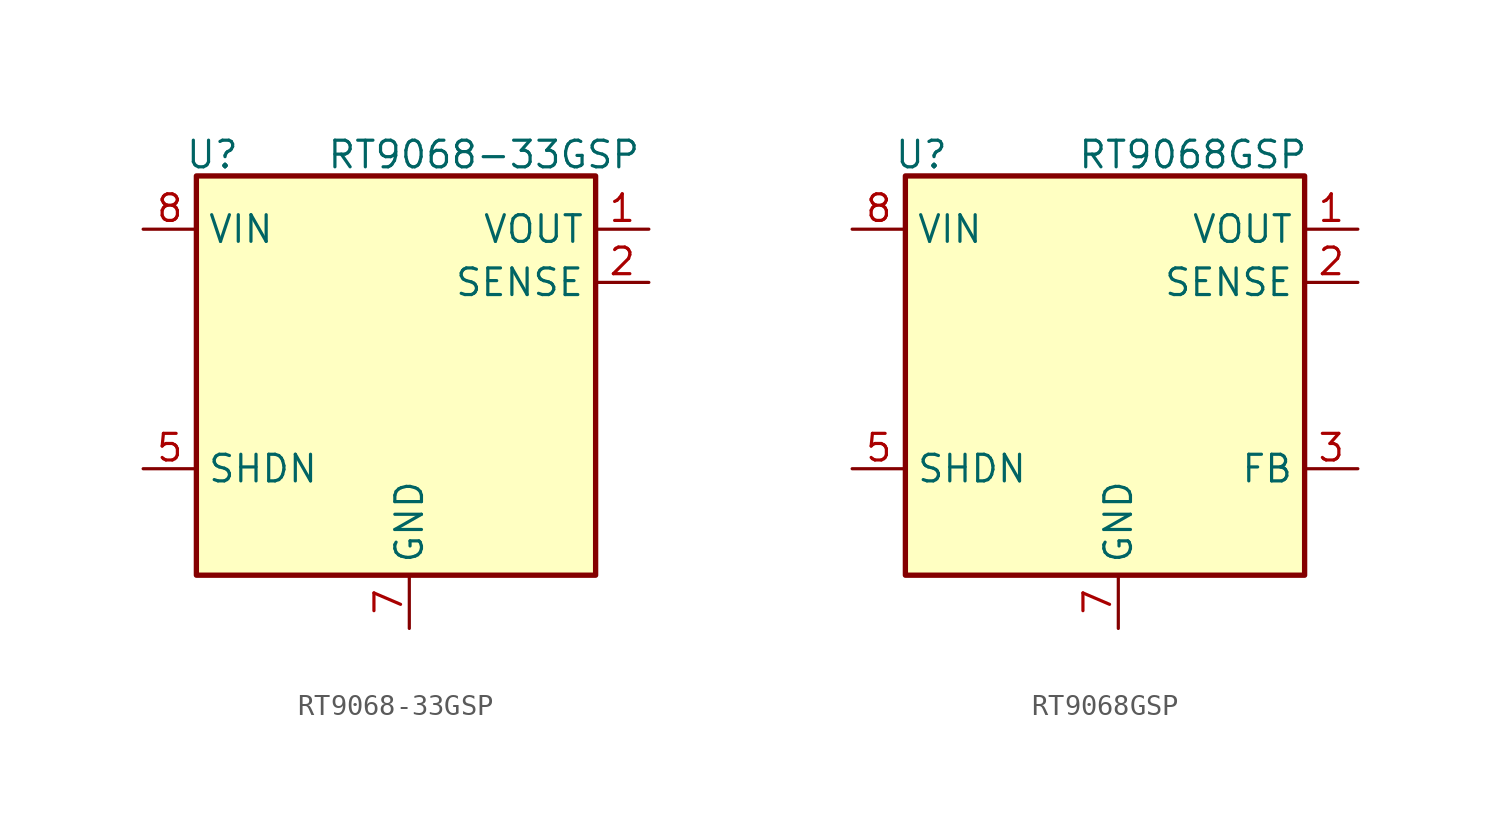
<source format=kicad_sym>
(kicad_symbol_lib
  (version 20231120)
  (generator "kicad_symbol_editor")
  (generator_version "8.0")
  (symbol "RT9068-33GSP"
    (property "Reference" "U"
      (at -9.398 9.906 0)
      (effects (font (size 1.27 1.27))))
    (property "Value" "RT9068-33GSP"
      (at 3.556 9.906 0)
      (effects (font (size 1.27 1.27))))
    (symbol "RT9068-33GSP_1_1"
      (rectangle (start -10.16 8.89) (end 8.89 -10.16) (stroke (width 0.254) (type default)) (fill (type background)))
      (pin power_out line (at 11.43 6.35 180) (length 2.54) (name "VOUT" (effects (font (size 1.27 1.27)))) (number "1" (effects (font (size 1.27 1.27)))))
      (pin passive line (at 11.43 3.81 180) (length 2.54) (name "SENSE" (effects (font (size 1.27 1.27)))) (number "2" (effects (font (size 1.27 1.27)))))
      (pin passive line (at 11.43 -5.08 180) (length 2.54) hide (name "NC" (effects (font (size 1.27 1.27)))) (number "3" (effects (font (size 1.27 1.27)))))
      (pin no_connect line (at -12.7 -2.54 0) (length 2.54) hide (name "NC" (effects (font (size 1.27 1.27)))) (number "4" (effects (font (size 1.27 1.27)))))
      (pin input line (at -12.7 -5.08 0) (length 2.54) (name "SHDN" (effects (font (size 1.27 1.27)))) (number "5" (effects (font (size 1.27 1.27)))))
      (pin power_in line (at 0 -12.7 90) (length 2.54) hide (name "GND" (effects (font (size 1.27 1.27)))) (number "6" (effects (font (size 1.27 1.27)))))
      (pin power_in line (at 0 -12.7 90) (length 2.54) (name "GND" (effects (font (size 1.27 1.27)))) (number "7" (effects (font (size 1.27 1.27)))))
      (pin power_in line (at -12.7 6.35 0) (length 2.54) (name "VIN" (effects (font (size 1.27 1.27)))) (number "8" (effects (font (size 1.27 1.27)))))))
  (symbol "RT9068GSP"
    (property "Reference" "U"
      (at -9.398 9.906 0)
      (effects (font (size 1.27 1.27))))
    (property "Value" "RT9068GSP"
      (at 3.556 9.906 0)
      (effects (font (size 1.27 1.27))))
    (symbol "RT9068GSP_1_1"
      (rectangle (start -10.16 8.89) (end 8.89 -10.16) (stroke (width 0.254) (type default)) (fill (type background)))
      (pin power_out line (at 11.43 6.35 180) (length 2.54) (name "VOUT" (effects (font (size 1.27 1.27)))) (number "1" (effects (font (size 1.27 1.27)))))
      (pin passive line (at 11.43 3.81 180) (length 2.54) (name "SENSE" (effects (font (size 1.27 1.27)))) (number "2" (effects (font (size 1.27 1.27)))))
      (pin passive line (at 11.43 -5.08 180) (length 2.54) (name "FB" (effects (font (size 1.27 1.27)))) (number "3" (effects (font (size 1.27 1.27)))))
      (pin no_connect line (at -12.7 -2.54 0) (length 2.54) hide (name "NC" (effects (font (size 1.27 1.27)))) (number "4" (effects (font (size 1.27 1.27)))))
      (pin input line (at -12.7 -5.08 0) (length 2.54) (name "SHDN" (effects (font (size 1.27 1.27)))) (number "5" (effects (font (size 1.27 1.27)))))
      (pin power_in line (at 0 -12.7 90) (length 2.54) hide (name "GND" (effects (font (size 1.27 1.27)))) (number "6" (effects (font (size 1.27 1.27)))))
      (pin power_in line (at 0 -12.7 90) (length 2.54) (name "GND" (effects (font (size 1.27 1.27)))) (number "7" (effects (font (size 1.27 1.27)))))
      (pin power_in line (at -12.7 6.35 0) (length 2.54) (name "VIN" (effects (font (size 1.27 1.27)))) (number "8" (effects (font (size 1.27 1.27))))))))
</source>
